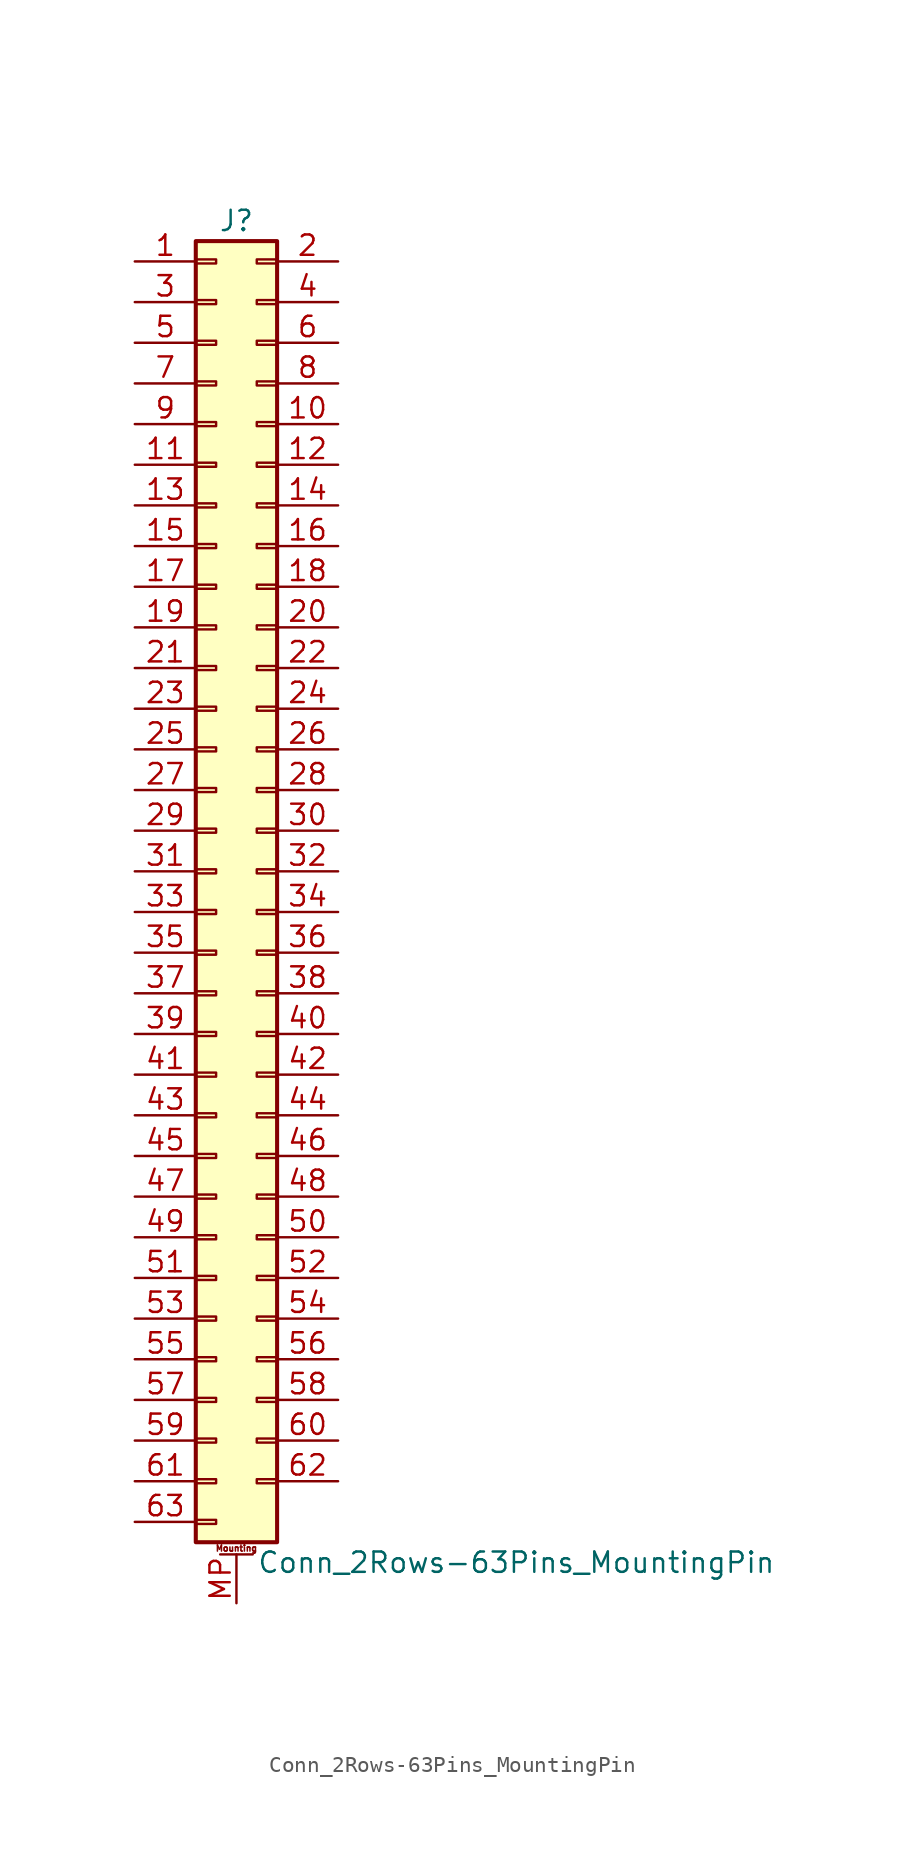
<source format=kicad_sym>
(kicad_symbol_lib
  (version 20200908)
  (generator kicad_symbol_editor)
  (symbol "Connector_Generic_MountingPin:Conn_2Rows-63Pins_MountingPin"
    (pin_names
      (offset 1.016) hide)
    (property "Reference" "J"
      (at 1.27 40.64 0)
      (effects (font (size 1.27 1.27))))
    (property "Value" "Conn_2Rows-63Pins_MountingPin"
      (at 2.54 -43.18 0)
      (effects (font (size 1.27 1.27)) (justify left)))
    (symbol "Conn_2Rows-63Pins_MountingPin_1_1"
      (text "Mounting" (at 1.27 -42.291 0) (effects (font (size 0.381 0.381))))
      (rectangle (start -1.27 -27.813) (end 0 -28.067) (stroke (width 0.152)) (fill (type none)))
      (rectangle (start -1.27 -30.353) (end 0 -30.607) (stroke (width 0.152)) (fill (type none)))
      (rectangle (start -1.27 -32.893) (end 0 -33.147) (stroke (width 0.152)) (fill (type none)))
      (rectangle (start -1.27 -35.433) (end 0 -35.687) (stroke (width 0.152)) (fill (type none)))
      (rectangle (start -1.27 -37.973) (end 0 -38.227) (stroke (width 0.152)) (fill (type none)))
      (rectangle (start -1.27 -40.513) (end 0 -40.767) (stroke (width 0.152)) (fill (type none)))
      (rectangle (start -1.27 -4.953) (end 0 -5.207) (stroke (width 0.152)) (fill (type none)))
      (rectangle (start -1.27 -7.493) (end 0 -7.747) (stroke (width 0.152)) (fill (type none)))
      (rectangle (start -1.27 -10.033) (end 0 -10.287) (stroke (width 0.152)) (fill (type none)))
      (rectangle (start -1.27 -12.573) (end 0 -12.827) (stroke (width 0.152)) (fill (type none)))
      (rectangle (start -1.27 -15.113) (end 0 -15.367) (stroke (width 0.152)) (fill (type none)))
      (rectangle (start -1.27 -17.653) (end 0 -17.907) (stroke (width 0.152)) (fill (type none)))
      (rectangle (start -1.27 -20.193) (end 0 -20.447) (stroke (width 0.152)) (fill (type none)))
      (rectangle (start -1.27 -22.733) (end 0 -22.987) (stroke (width 0.152)) (fill (type none)))
      (rectangle (start -1.27 -2.413) (end 0 -2.667) (stroke (width 0.152)) (fill (type none)))
      (rectangle (start -1.27 -25.273) (end 0 -25.527) (stroke (width 0.152)) (fill (type none)))
      (rectangle (start -1.27 25.527) (end 0 25.273) (stroke (width 0.152)) (fill (type none)))
      (rectangle (start -1.27 2.667) (end 0 2.413) (stroke (width 0.152)) (fill (type none)))
      (rectangle (start -1.27 28.067) (end 0 27.813) (stroke (width 0.152)) (fill (type none)))
      (rectangle (start -1.27 30.607) (end 0 30.353) (stroke (width 0.152)) (fill (type none)))
      (rectangle (start -1.27 33.147) (end 0 32.893) (stroke (width 0.152)) (fill (type none)))
      (rectangle (start -1.27 35.687) (end 0 35.433) (stroke (width 0.152)) (fill (type none)))
      (rectangle (start -1.27 38.227) (end 0 37.973) (stroke (width 0.152)) (fill (type none)))
      (rectangle (start -1.27 39.37) (end 3.81 -41.91) (stroke (width 0.254)) (fill (type background)))
      (rectangle (start -1.27 5.207) (end 0 4.953) (stroke (width 0.152)) (fill (type none)))
      (rectangle (start -1.27 7.747) (end 0 7.493) (stroke (width 0.152)) (fill (type none)))
      (rectangle (start -1.27 10.287) (end 0 10.033) (stroke (width 0.152)) (fill (type none)))
      (rectangle (start -1.27 0.127) (end 0 -0.127) (stroke (width 0.152)) (fill (type none)))
      (rectangle (start -1.27 12.827) (end 0 12.573) (stroke (width 0.152)) (fill (type none)))
      (rectangle (start -1.27 15.367) (end 0 15.113) (stroke (width 0.152)) (fill (type none)))
      (rectangle (start -1.27 17.907) (end 0 17.653) (stroke (width 0.152)) (fill (type none)))
      (rectangle (start -1.27 20.447) (end 0 20.193) (stroke (width 0.152)) (fill (type none)))
      (rectangle (start -1.27 22.987) (end 0 22.733) (stroke (width 0.152)) (fill (type none)))
      (rectangle (start 3.81 -27.813) (end 2.54 -28.067) (stroke (width 0.152)) (fill (type none)))
      (rectangle (start 3.81 -30.353) (end 2.54 -30.607) (stroke (width 0.152)) (fill (type none)))
      (rectangle (start 3.81 -32.893) (end 2.54 -33.147) (stroke (width 0.152)) (fill (type none)))
      (rectangle (start 3.81 -35.433) (end 2.54 -35.687) (stroke (width 0.152)) (fill (type none)))
      (rectangle (start 3.81 -37.973) (end 2.54 -38.227) (stroke (width 0.152)) (fill (type none)))
      (rectangle (start 3.81 -4.953) (end 2.54 -5.207) (stroke (width 0.152)) (fill (type none)))
      (rectangle (start 3.81 -7.493) (end 2.54 -7.747) (stroke (width 0.152)) (fill (type none)))
      (rectangle (start 3.81 -10.033) (end 2.54 -10.287) (stroke (width 0.152)) (fill (type none)))
      (rectangle (start 3.81 -12.573) (end 2.54 -12.827) (stroke (width 0.152)) (fill (type none)))
      (rectangle (start 3.81 -15.113) (end 2.54 -15.367) (stroke (width 0.152)) (fill (type none)))
      (rectangle (start 3.81 -17.653) (end 2.54 -17.907) (stroke (width 0.152)) (fill (type none)))
      (rectangle (start 3.81 -20.193) (end 2.54 -20.447) (stroke (width 0.152)) (fill (type none)))
      (rectangle (start 3.81 -22.733) (end 2.54 -22.987) (stroke (width 0.152)) (fill (type none)))
      (rectangle (start 3.81 -2.413) (end 2.54 -2.667) (stroke (width 0.152)) (fill (type none)))
      (rectangle (start 3.81 -25.273) (end 2.54 -25.527) (stroke (width 0.152)) (fill (type none)))
      (rectangle (start 3.81 25.527) (end 2.54 25.273) (stroke (width 0.152)) (fill (type none)))
      (rectangle (start 3.81 2.667) (end 2.54 2.413) (stroke (width 0.152)) (fill (type none)))
      (rectangle (start 3.81 28.067) (end 2.54 27.813) (stroke (width 0.152)) (fill (type none)))
      (rectangle (start 3.81 30.607) (end 2.54 30.353) (stroke (width 0.152)) (fill (type none)))
      (rectangle (start 3.81 33.147) (end 2.54 32.893) (stroke (width 0.152)) (fill (type none)))
      (rectangle (start 3.81 35.687) (end 2.54 35.433) (stroke (width 0.152)) (fill (type none)))
      (rectangle (start 3.81 38.227) (end 2.54 37.973) (stroke (width 0.152)) (fill (type none)))
      (rectangle (start 3.81 5.207) (end 2.54 4.953) (stroke (width 0.152)) (fill (type none)))
      (rectangle (start 3.81 7.747) (end 2.54 7.493) (stroke (width 0.152)) (fill (type none)))
      (rectangle (start 3.81 10.287) (end 2.54 10.033) (stroke (width 0.152)) (fill (type none)))
      (rectangle (start 3.81 0.127) (end 2.54 -0.127) (stroke (width 0.152)) (fill (type none)))
      (rectangle (start 3.81 12.827) (end 2.54 12.573) (stroke (width 0.152)) (fill (type none)))
      (rectangle (start 3.81 15.367) (end 2.54 15.113) (stroke (width 0.152)) (fill (type none)))
      (rectangle (start 3.81 17.907) (end 2.54 17.653) (stroke (width 0.152)) (fill (type none)))
      (rectangle (start 3.81 20.447) (end 2.54 20.193) (stroke (width 0.152)) (fill (type none)))
      (rectangle (start 3.81 22.987) (end 2.54 22.733) (stroke (width 0.152)) (fill (type none)))
      (polyline (pts (xy 0.254 -42.672) (xy 2.286 -42.672)) (stroke (width 0.152)) (fill (type none)))
      (pin passive line (at 1.27 -45.72 90) (length 3.048) (name "MountPin" (effects (font (size 1.27 1.27)))) (number "MP" (effects (font (size 1.27 1.27)))))
      (pin passive line (at -5.08 38.1 0) (length 3.81) (name "Pin_1" (effects (font (size 1.27 1.27)))) (number "1" (effects (font (size 1.27 1.27)))))
      (pin passive line (at 7.62 27.94 180) (length 3.81) (name "Pin_10" (effects (font (size 1.27 1.27)))) (number "10" (effects (font (size 1.27 1.27)))))
      (pin passive line (at -5.08 25.4 0) (length 3.81) (name "Pin_11" (effects (font (size 1.27 1.27)))) (number "11" (effects (font (size 1.27 1.27)))))
      (pin passive line (at 7.62 25.4 180) (length 3.81) (name "Pin_12" (effects (font (size 1.27 1.27)))) (number "12" (effects (font (size 1.27 1.27)))))
      (pin passive line (at -5.08 22.86 0) (length 3.81) (name "Pin_13" (effects (font (size 1.27 1.27)))) (number "13" (effects (font (size 1.27 1.27)))))
      (pin passive line (at 7.62 22.86 180) (length 3.81) (name "Pin_14" (effects (font (size 1.27 1.27)))) (number "14" (effects (font (size 1.27 1.27)))))
      (pin passive line (at -5.08 20.32 0) (length 3.81) (name "Pin_15" (effects (font (size 1.27 1.27)))) (number "15" (effects (font (size 1.27 1.27)))))
      (pin passive line (at 7.62 20.32 180) (length 3.81) (name "Pin_16" (effects (font (size 1.27 1.27)))) (number "16" (effects (font (size 1.27 1.27)))))
      (pin passive line (at -5.08 17.78 0) (length 3.81) (name "Pin_17" (effects (font (size 1.27 1.27)))) (number "17" (effects (font (size 1.27 1.27)))))
      (pin passive line (at 7.62 17.78 180) (length 3.81) (name "Pin_18" (effects (font (size 1.27 1.27)))) (number "18" (effects (font (size 1.27 1.27)))))
      (pin passive line (at -5.08 15.24 0) (length 3.81) (name "Pin_19" (effects (font (size 1.27 1.27)))) (number "19" (effects (font (size 1.27 1.27)))))
      (pin passive line (at 7.62 38.1 180) (length 3.81) (name "Pin_2" (effects (font (size 1.27 1.27)))) (number "2" (effects (font (size 1.27 1.27)))))
      (pin passive line (at 7.62 15.24 180) (length 3.81) (name "Pin_20" (effects (font (size 1.27 1.27)))) (number "20" (effects (font (size 1.27 1.27)))))
      (pin passive line (at -5.08 12.7 0) (length 3.81) (name "Pin_21" (effects (font (size 1.27 1.27)))) (number "21" (effects (font (size 1.27 1.27)))))
      (pin passive line (at 7.62 12.7 180) (length 3.81) (name "Pin_22" (effects (font (size 1.27 1.27)))) (number "22" (effects (font (size 1.27 1.27)))))
      (pin passive line (at -5.08 10.16 0) (length 3.81) (name "Pin_23" (effects (font (size 1.27 1.27)))) (number "23" (effects (font (size 1.27 1.27)))))
      (pin passive line (at 7.62 10.16 180) (length 3.81) (name "Pin_24" (effects (font (size 1.27 1.27)))) (number "24" (effects (font (size 1.27 1.27)))))
      (pin passive line (at -5.08 7.62 0) (length 3.81) (name "Pin_25" (effects (font (size 1.27 1.27)))) (number "25" (effects (font (size 1.27 1.27)))))
      (pin passive line (at 7.62 7.62 180) (length 3.81) (name "Pin_26" (effects (font (size 1.27 1.27)))) (number "26" (effects (font (size 1.27 1.27)))))
      (pin passive line (at -5.08 5.08 0) (length 3.81) (name "Pin_27" (effects (font (size 1.27 1.27)))) (number "27" (effects (font (size 1.27 1.27)))))
      (pin passive line (at 7.62 5.08 180) (length 3.81) (name "Pin_28" (effects (font (size 1.27 1.27)))) (number "28" (effects (font (size 1.27 1.27)))))
      (pin passive line (at -5.08 2.54 0) (length 3.81) (name "Pin_29" (effects (font (size 1.27 1.27)))) (number "29" (effects (font (size 1.27 1.27)))))
      (pin passive line (at -5.08 35.56 0) (length 3.81) (name "Pin_3" (effects (font (size 1.27 1.27)))) (number "3" (effects (font (size 1.27 1.27)))))
      (pin passive line (at 7.62 2.54 180) (length 3.81) (name "Pin_30" (effects (font (size 1.27 1.27)))) (number "30" (effects (font (size 1.27 1.27)))))
      (pin passive line (at -5.08 0 0) (length 3.81) (name "Pin_31" (effects (font (size 1.27 1.27)))) (number "31" (effects (font (size 1.27 1.27)))))
      (pin passive line (at 7.62 0 180) (length 3.81) (name "Pin_32" (effects (font (size 1.27 1.27)))) (number "32" (effects (font (size 1.27 1.27)))))
      (pin passive line (at -5.08 -2.54 0) (length 3.81) (name "Pin_33" (effects (font (size 1.27 1.27)))) (number "33" (effects (font (size 1.27 1.27)))))
      (pin passive line (at 7.62 -2.54 180) (length 3.81) (name "Pin_34" (effects (font (size 1.27 1.27)))) (number "34" (effects (font (size 1.27 1.27)))))
      (pin passive line (at -5.08 -5.08 0) (length 3.81) (name "Pin_35" (effects (font (size 1.27 1.27)))) (number "35" (effects (font (size 1.27 1.27)))))
      (pin passive line (at 7.62 -5.08 180) (length 3.81) (name "Pin_36" (effects (font (size 1.27 1.27)))) (number "36" (effects (font (size 1.27 1.27)))))
      (pin passive line (at -5.08 -7.62 0) (length 3.81) (name "Pin_37" (effects (font (size 1.27 1.27)))) (number "37" (effects (font (size 1.27 1.27)))))
      (pin passive line (at 7.62 -7.62 180) (length 3.81) (name "Pin_38" (effects (font (size 1.27 1.27)))) (number "38" (effects (font (size 1.27 1.27)))))
      (pin passive line (at -5.08 -10.16 0) (length 3.81) (name "Pin_39" (effects (font (size 1.27 1.27)))) (number "39" (effects (font (size 1.27 1.27)))))
      (pin passive line (at 7.62 35.56 180) (length 3.81) (name "Pin_4" (effects (font (size 1.27 1.27)))) (number "4" (effects (font (size 1.27 1.27)))))
      (pin passive line (at 7.62 -10.16 180) (length 3.81) (name "Pin_40" (effects (font (size 1.27 1.27)))) (number "40" (effects (font (size 1.27 1.27)))))
      (pin passive line (at -5.08 -12.7 0) (length 3.81) (name "Pin_41" (effects (font (size 1.27 1.27)))) (number "41" (effects (font (size 1.27 1.27)))))
      (pin passive line (at 7.62 -12.7 180) (length 3.81) (name "Pin_42" (effects (font (size 1.27 1.27)))) (number "42" (effects (font (size 1.27 1.27)))))
      (pin passive line (at -5.08 -15.24 0) (length 3.81) (name "Pin_43" (effects (font (size 1.27 1.27)))) (number "43" (effects (font (size 1.27 1.27)))))
      (pin passive line (at 7.62 -15.24 180) (length 3.81) (name "Pin_44" (effects (font (size 1.27 1.27)))) (number "44" (effects (font (size 1.27 1.27)))))
      (pin passive line (at -5.08 -17.78 0) (length 3.81) (name "Pin_45" (effects (font (size 1.27 1.27)))) (number "45" (effects (font (size 1.27 1.27)))))
      (pin passive line (at 7.62 -17.78 180) (length 3.81) (name "Pin_46" (effects (font (size 1.27 1.27)))) (number "46" (effects (font (size 1.27 1.27)))))
      (pin passive line (at -5.08 -20.32 0) (length 3.81) (name "Pin_47" (effects (font (size 1.27 1.27)))) (number "47" (effects (font (size 1.27 1.27)))))
      (pin passive line (at 7.62 -20.32 180) (length 3.81) (name "Pin_48" (effects (font (size 1.27 1.27)))) (number "48" (effects (font (size 1.27 1.27)))))
      (pin passive line (at -5.08 -22.86 0) (length 3.81) (name "Pin_49" (effects (font (size 1.27 1.27)))) (number "49" (effects (font (size 1.27 1.27)))))
      (pin passive line (at -5.08 33.02 0) (length 3.81) (name "Pin_5" (effects (font (size 1.27 1.27)))) (number "5" (effects (font (size 1.27 1.27)))))
      (pin passive line (at 7.62 -22.86 180) (length 3.81) (name "Pin_50" (effects (font (size 1.27 1.27)))) (number "50" (effects (font (size 1.27 1.27)))))
      (pin passive line (at -5.08 -25.4 0) (length 3.81) (name "Pin_51" (effects (font (size 1.27 1.27)))) (number "51" (effects (font (size 1.27 1.27)))))
      (pin passive line (at 7.62 -25.4 180) (length 3.81) (name "Pin_52" (effects (font (size 1.27 1.27)))) (number "52" (effects (font (size 1.27 1.27)))))
      (pin passive line (at -5.08 -27.94 0) (length 3.81) (name "Pin_53" (effects (font (size 1.27 1.27)))) (number "53" (effects (font (size 1.27 1.27)))))
      (pin passive line (at 7.62 -27.94 180) (length 3.81) (name "Pin_54" (effects (font (size 1.27 1.27)))) (number "54" (effects (font (size 1.27 1.27)))))
      (pin passive line (at -5.08 -30.48 0) (length 3.81) (name "Pin_55" (effects (font (size 1.27 1.27)))) (number "55" (effects (font (size 1.27 1.27)))))
      (pin passive line (at 7.62 -30.48 180) (length 3.81) (name "Pin_56" (effects (font (size 1.27 1.27)))) (number "56" (effects (font (size 1.27 1.27)))))
      (pin passive line (at -5.08 -33.02 0) (length 3.81) (name "Pin_57" (effects (font (size 1.27 1.27)))) (number "57" (effects (font (size 1.27 1.27)))))
      (pin passive line (at 7.62 -33.02 180) (length 3.81) (name "Pin_58" (effects (font (size 1.27 1.27)))) (number "58" (effects (font (size 1.27 1.27)))))
      (pin passive line (at -5.08 -35.56 0) (length 3.81) (name "Pin_59" (effects (font (size 1.27 1.27)))) (number "59" (effects (font (size 1.27 1.27)))))
      (pin passive line (at 7.62 33.02 180) (length 3.81) (name "Pin_6" (effects (font (size 1.27 1.27)))) (number "6" (effects (font (size 1.27 1.27)))))
      (pin passive line (at 7.62 -35.56 180) (length 3.81) (name "Pin_60" (effects (font (size 1.27 1.27)))) (number "60" (effects (font (size 1.27 1.27)))))
      (pin passive line (at -5.08 -38.1 0) (length 3.81) (name "Pin_61" (effects (font (size 1.27 1.27)))) (number "61" (effects (font (size 1.27 1.27)))))
      (pin passive line (at 7.62 -38.1 180) (length 3.81) (name "Pin_62" (effects (font (size 1.27 1.27)))) (number "62" (effects (font (size 1.27 1.27)))))
      (pin passive line (at -5.08 -40.64 0) (length 3.81) (name "Pin_63" (effects (font (size 1.27 1.27)))) (number "63" (effects (font (size 1.27 1.27)))))
      (pin passive line (at -5.08 30.48 0) (length 3.81) (name "Pin_7" (effects (font (size 1.27 1.27)))) (number "7" (effects (font (size 1.27 1.27)))))
      (pin passive line (at 7.62 30.48 180) (length 3.81) (name "Pin_8" (effects (font (size 1.27 1.27)))) (number "8" (effects (font (size 1.27 1.27)))))
      (pin passive line (at -5.08 27.94 0) (length 3.81) (name "Pin_9" (effects (font (size 1.27 1.27)))) (number "9" (effects (font (size 1.27 1.27))))))))
</source>
